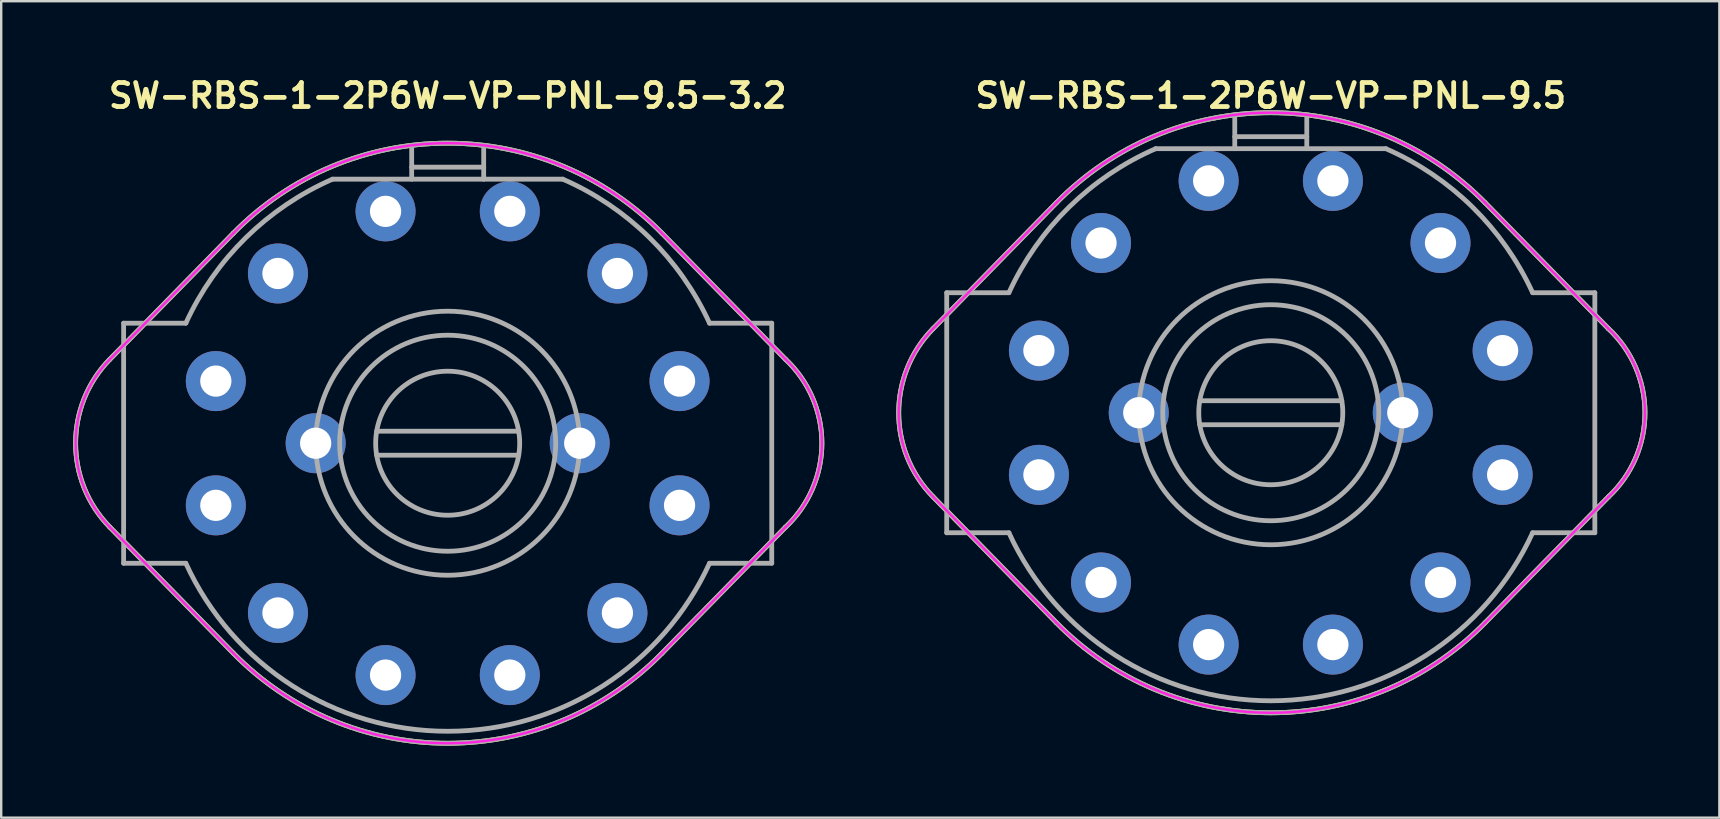
<source format=kicad_pcb>
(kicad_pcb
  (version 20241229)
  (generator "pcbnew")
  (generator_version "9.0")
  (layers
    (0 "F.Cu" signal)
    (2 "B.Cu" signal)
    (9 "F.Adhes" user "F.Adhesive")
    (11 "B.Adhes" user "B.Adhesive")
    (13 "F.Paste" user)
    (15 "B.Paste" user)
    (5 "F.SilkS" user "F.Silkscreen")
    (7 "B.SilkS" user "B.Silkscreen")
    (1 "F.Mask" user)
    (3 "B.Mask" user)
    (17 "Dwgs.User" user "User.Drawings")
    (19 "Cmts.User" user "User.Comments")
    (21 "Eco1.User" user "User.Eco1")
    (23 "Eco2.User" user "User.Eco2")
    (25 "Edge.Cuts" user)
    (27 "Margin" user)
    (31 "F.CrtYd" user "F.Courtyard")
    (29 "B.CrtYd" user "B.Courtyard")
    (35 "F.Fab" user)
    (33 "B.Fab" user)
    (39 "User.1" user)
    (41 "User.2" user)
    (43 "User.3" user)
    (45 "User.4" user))
  (footprint "SW-RBS-1-2P6W-VP-PNL-9.5"
    (layer "F.Cu")
    (at 49.889 14.144)
    (property "Reference" "SW-RBS-1-2P6W-VP-PNL-9.5" (at 0 -13.208 0) (layer "F.SilkS") (effects (font (size 1 1) (thickness 0.2))))
    (attr through_hole)
    (fp_line (start -14.071 -3.499) (end -8.929 -8.748) (stroke (width 0.2) (type solid)) (layer "F.SilkS"))
    (fp_line (start -14.071 3.499) (end -8.929 8.748) (stroke (width 0.2) (type solid)) (layer "F.SilkS"))
    (fp_line (start 8.929 -8.748) (end 14.071 -3.499) (stroke (width 0.2) (type solid)) (layer "F.SilkS"))
    (fp_line (start 8.929 8.748) (end 14.071 3.499) (stroke (width 0.2) (type solid)) (layer "F.SilkS"))
    (fp_arc (start -14.073297 3.497362) (mid -15.499999 -0.001335) (end -14.071428 -3.49927) (stroke (width 0.2) (type solid)) (layer "F.SilkS"))
    (fp_arc (start -8.933244 -8.743404) (mid -0.00334 -12.499998) (end 8.92857 -8.748177) (stroke (width 0.2) (type solid)) (layer "F.SilkS"))
    (fp_arc (start 8.933244 8.743404) (mid 0.00334 12.499998) (end -8.92857 8.748177) (stroke (width 0.2) (type solid)) (layer "F.SilkS"))
    (fp_arc (start 14.069435 -3.501135) (mid 15.588732 -0.001365) (end 14.071428 3.49927) (stroke (width 0.2) (type solid)) (layer "F.SilkS"))
    (fp_circle (center 0 0) (end 4.75 0) (stroke (width 0.4) (type solid)) (fill no) (layer "Eco1.User"))
    (fp_line (start -14.071 -3.499) (end -8.929 -8.748) (stroke (width 0.1) (type solid)) (layer "F.CrtYd"))
    (fp_line (start -14.071 3.499) (end -8.929 8.748) (stroke (width 0.1) (type solid)) (layer "F.CrtYd"))
    (fp_line (start 8.929 -8.748) (end 14.071 -3.499) (stroke (width 0.1) (type solid)) (layer "F.CrtYd"))
    (fp_line (start 8.929 8.748) (end 14.071 3.499) (stroke (width 0.1) (type solid)) (layer "F.CrtYd"))
    (fp_arc (start -14.073297 3.497362) (mid -15.499999 -0.001335) (end -14.071428 -3.49927) (stroke (width 0.1) (type solid)) (layer "F.CrtYd"))
    (fp_arc (start -8.933244 -8.743404) (mid -0.00334 -12.499998) (end 8.92857 -8.748177) (stroke (width 0.1) (type solid)) (layer "F.CrtYd"))
    (fp_arc (start 8.933244 8.743404) (mid 0.00334 12.499998) (end -8.92857 8.748177) (stroke (width 0.1) (type solid)) (layer "F.CrtYd"))
    (fp_arc (start 14.069435 -3.501135) (mid 15.588732 -0.001365) (end 14.071428 3.49927) (stroke (width 0.1) (type solid)) (layer "F.CrtYd"))
    (fp_line (start -14.071 -3.499) (end -8.929 -8.748) (stroke (width 0.2) (type solid)) (layer "F.Fab"))
    (fp_line (start -14.071 3.499) (end -8.929 8.748) (stroke (width 0.2) (type solid)) (layer "F.Fab"))
    (fp_line (start -13.5 -5) (end -13.5 5) (stroke (width 0.2) (type solid)) (layer "F.Fab"))
    (fp_line (start -13.5 -5) (end -10.909 -5) (stroke (width 0.2) (type solid)) (layer "F.Fab"))
    (fp_line (start -13.5 5) (end -10.909 5) (stroke (width 0.2) (type solid)) (layer "F.Fab"))
    (fp_line (start -4.796 -11) (end 4.796 -11) (stroke (width 0.2) (type solid)) (layer "F.Fab"))
    (fp_line (start -2.958 -0.5) (end 2.958 -0.5) (stroke (width 0.2) (type solid)) (layer "F.Fab"))
    (fp_line (start -2.958 0.5) (end 2.958 0.5) (stroke (width 0.2) (type solid)) (layer "F.Fab"))
    (fp_line (start -1.5 -12.41) (end -1.5 -11) (stroke (width 0.2) (type solid)) (layer "F.Fab"))
    (fp_line (start -1.5 -11.5) (end 1.5 -11.5) (stroke (width 0.2) (type solid)) (layer "F.Fab"))
    (fp_line (start 1.5 -12.41) (end 1.5 -11) (stroke (width 0.2) (type solid)) (layer "F.Fab"))
    (fp_line (start 8.929 -8.748) (end 14.071 -3.499) (stroke (width 0.2) (type solid)) (layer "F.Fab"))
    (fp_line (start 8.929 8.748) (end 14.071 3.499) (stroke (width 0.2) (type solid)) (layer "F.Fab"))
    (fp_line (start 10.909 -5) (end 13.5 -5) (stroke (width 0.2) (type solid)) (layer "F.Fab"))
    (fp_line (start 10.909 5) (end 13.5 5) (stroke (width 0.2) (type solid)) (layer "F.Fab"))
    (fp_line (start 13.5 -5) (end 13.5 5) (stroke (width 0.2) (type solid)) (layer "F.Fab"))
    (fp_arc (start -14.073297 3.497362) (mid -15.499999 -0.001335) (end -14.071428 -3.49927) (stroke (width 0.2) (type solid)) (layer "F.Fab"))
    (fp_arc (start -10.908711 -5) (mid -8.405841 -8.563984) (end -4.795831 -10.999999) (stroke (width 0.2) (type solid)) (layer "F.Fab"))
    (fp_arc (start -8.933244 -8.743404) (mid -0.00334 -12.499998) (end 8.92857 -8.748177) (stroke (width 0.2) (type solid)) (layer "F.Fab"))
    (fp_arc (start 4.795832 -10.999998) (mid 8.405841 -8.563983) (end 10.908711 -4.999999) (stroke (width 0.2) (type solid)) (layer "F.Fab"))
    (fp_arc (start 8.933244 8.743404) (mid 0.00334 12.499998) (end -8.92857 8.748177) (stroke (width 0.2) (type solid)) (layer "F.Fab"))
    (fp_arc (start 10.908711 5) (mid 0 11.999999) (end -10.908711 4.999999) (stroke (width 0.2) (type solid)) (layer "F.Fab"))
    (fp_arc (start 14.069435 -3.501135) (mid 15.588732 -0.001365) (end 14.071428 3.49927) (stroke (width 0.2) (type solid)) (layer "F.Fab"))
    (fp_circle (center 0 0) (end 3 0) (stroke (width 0.2) (type solid)) (fill no) (layer "F.Fab"))
    (fp_circle (center 0 0) (end 4.5 0) (stroke (width 0.2) (type solid)) (fill no) (layer "F.Fab"))
    (fp_circle (center 0 0) (end 5.5 0) (stroke (width 0.2) (type solid)) (fill no) (layer "F.Fab"))
    (pad "1-1" thru_hole circle (at -2.588 9.659) (size 2.5 2.5) (drill 1.3) (layers "B.Cu" "B.Mask"))
    (pad "1-2" thru_hole circle (at -7.071 7.071) (size 2.5 2.5) (drill 1.3) (layers "B.Cu" "B.Mask"))
    (pad "1-3" thru_hole circle (at -9.659 2.588) (size 2.5 2.5) (drill 1.3) (layers "B.Cu" "B.Mask"))
    (pad "1-4" thru_hole circle (at -9.659 -2.588) (size 2.5 2.5) (drill 1.3) (layers "B.Cu" "B.Mask"))
    (pad "1-5" thru_hole circle (at -7.071 -7.071) (size 2.5 2.5) (drill 1.3) (layers "B.Cu" "B.Mask"))
    (pad "1-6" thru_hole circle (at -2.588 -9.659) (size 2.5 2.5) (drill 1.3) (layers "B.Cu" "B.Mask"))
    (pad "2-1" thru_hole circle (at 2.588 -9.659) (size 2.5 2.5) (drill 1.3) (layers "B.Cu" "B.Mask"))
    (pad "2-2" thru_hole circle (at 7.071 -7.071) (size 2.5 2.5) (drill 1.3) (layers "B.Cu" "B.Mask"))
    (pad "2-3" thru_hole circle (at 9.659 -2.588) (size 2.5 2.5) (drill 1.3) (layers "B.Cu" "B.Mask"))
    (pad "2-4" thru_hole circle (at 9.659 2.588) (size 2.5 2.5) (drill 1.3) (layers "B.Cu" "B.Mask"))
    (pad "2-5" thru_hole circle (at 7.071 7.071) (size 2.5 2.5) (drill 1.3) (layers "B.Cu" "B.Mask"))
    (pad "2-6" thru_hole circle (at 2.588 9.659) (size 2.5 2.5) (drill 1.3) (layers "B.Cu" "B.Mask"))
    (pad "COM1" thru_hole circle (at -5.5 0) (size 2.5 2.5) (drill 1.3) (layers "B.Cu" "B.Mask"))
    (pad "COM2" thru_hole circle (at 5.5 0) (size 2.5 2.5) (drill 1.3) (layers "B.Cu" "B.Mask")))
  (footprint "SW-RBS-1-2P6W-VP-PNL-9.5-3.2"
    (layer "F.Cu")
    (at 15.6 15.414)
    (property "Reference" "SW-RBS-1-2P6W-VP-PNL-9.5-3.2" (at 0 -14.478 0) (layer "F.SilkS") (effects (font (size 1 1) (thickness 0.2))))
    (attr through_hole)
    (fp_line (start -14.071 -3.499) (end -8.929 -8.748) (stroke (width 0.2) (type solid)) (layer "F.SilkS"))
    (fp_line (start -14.071 3.499) (end -8.929 8.748) (stroke (width 0.2) (type solid)) (layer "F.SilkS"))
    (fp_line (start 8.929 -8.748) (end 14.071 -3.499) (stroke (width 0.2) (type solid)) (layer "F.SilkS"))
    (fp_line (start 8.929 8.748) (end 14.071 3.499) (stroke (width 0.2) (type solid)) (layer "F.SilkS"))
    (fp_arc (start -14.073297 3.497362) (mid -15.499999 -0.001335) (end -14.071428 -3.49927) (stroke (width 0.2) (type solid)) (layer "F.SilkS"))
    (fp_arc (start -8.933244 -8.743404) (mid -0.00334 -12.499998) (end 8.92857 -8.748177) (stroke (width 0.2) (type solid)) (layer "F.SilkS"))
    (fp_arc (start 8.933244 8.743404) (mid 0.00334 12.499998) (end -8.92857 8.748177) (stroke (width 0.2) (type solid)) (layer "F.SilkS"))
    (fp_arc (start 14.069435 -3.501135) (mid 15.588732 -0.001365) (end 14.071428 3.49927) (stroke (width 0.2) (type solid)) (layer "F.SilkS"))
    (fp_circle (center 0 -12) (end 1.6 -12) (stroke (width 0.4) (type solid)) (fill no) (layer "Eco1.User"))
    (fp_circle (center 0 0) (end 4.75 0) (stroke (width 0.4) (type solid)) (fill no) (layer "Eco1.User"))
    (fp_line (start -14.071 -3.499) (end -8.929 -8.748) (stroke (width 0.1) (type solid)) (layer "F.CrtYd"))
    (fp_line (start -14.071 3.499) (end -8.929 8.748) (stroke (width 0.1) (type solid)) (layer "F.CrtYd"))
    (fp_line (start 8.929 -8.748) (end 14.071 -3.499) (stroke (width 0.1) (type solid)) (layer "F.CrtYd"))
    (fp_line (start 8.929 8.748) (end 14.071 3.499) (stroke (width 0.1) (type solid)) (layer "F.CrtYd"))
    (fp_arc (start -14.073297 3.497362) (mid -15.499999 -0.001335) (end -14.071428 -3.49927) (stroke (width 0.1) (type solid)) (layer "F.CrtYd"))
    (fp_arc (start -8.933244 -8.743404) (mid -0.00334 -12.499998) (end 8.92857 -8.748177) (stroke (width 0.1) (type solid)) (layer "F.CrtYd"))
    (fp_arc (start 8.933244 8.743404) (mid 0.00334 12.499998) (end -8.92857 8.748177) (stroke (width 0.1) (type solid)) (layer "F.CrtYd"))
    (fp_arc (start 14.069435 -3.501135) (mid 15.588732 -0.001365) (end 14.071428 3.49927) (stroke (width 0.1) (type solid)) (layer "F.CrtYd"))
    (fp_line (start -14.071 -3.499) (end -8.929 -8.748) (stroke (width 0.2) (type solid)) (layer "F.Fab"))
    (fp_line (start -14.071 3.499) (end -8.929 8.748) (stroke (width 0.2) (type solid)) (layer "F.Fab"))
    (fp_line (start -13.5 -5) (end -13.5 5) (stroke (width 0.2) (type solid)) (layer "F.Fab"))
    (fp_line (start -13.5 -5) (end -10.909 -5) (stroke (width 0.2) (type solid)) (layer "F.Fab"))
    (fp_line (start -13.5 5) (end -10.909 5) (stroke (width 0.2) (type solid)) (layer "F.Fab"))
    (fp_line (start -4.796 -11) (end 4.796 -11) (stroke (width 0.2) (type solid)) (layer "F.Fab"))
    (fp_line (start -2.958 -0.5) (end 2.958 -0.5) (stroke (width 0.2) (type solid)) (layer "F.Fab"))
    (fp_line (start -2.958 0.5) (end 2.958 0.5) (stroke (width 0.2) (type solid)) (layer "F.Fab"))
    (fp_line (start -1.5 -12.41) (end -1.5 -11) (stroke (width 0.2) (type solid)) (layer "F.Fab"))
    (fp_line (start -1.5 -11.5) (end 1.5 -11.5) (stroke (width 0.2) (type solid)) (layer "F.Fab"))
    (fp_line (start 1.5 -12.41) (end 1.5 -11) (stroke (width 0.2) (type solid)) (layer "F.Fab"))
    (fp_line (start 8.929 -8.748) (end 14.071 -3.499) (stroke (width 0.2) (type solid)) (layer "F.Fab"))
    (fp_line (start 8.929 8.748) (end 14.071 3.499) (stroke (width 0.2) (type solid)) (layer "F.Fab"))
    (fp_line (start 10.909 -5) (end 13.5 -5) (stroke (width 0.2) (type solid)) (layer "F.Fab"))
    (fp_line (start 10.909 5) (end 13.5 5) (stroke (width 0.2) (type solid)) (layer "F.Fab"))
    (fp_line (start 13.5 -5) (end 13.5 5) (stroke (width 0.2) (type solid)) (layer "F.Fab"))
    (fp_arc (start -14.073297 3.497362) (mid -15.499999 -0.001335) (end -14.071428 -3.49927) (stroke (width 0.2) (type solid)) (layer "F.Fab"))
    (fp_arc (start -10.908711 -5) (mid -8.405841 -8.563984) (end -4.795831 -10.999999) (stroke (width 0.2) (type solid)) (layer "F.Fab"))
    (fp_arc (start -8.933244 -8.743404) (mid -0.00334 -12.499998) (end 8.92857 -8.748177) (stroke (width 0.2) (type solid)) (layer "F.Fab"))
    (fp_arc (start 4.795832 -10.999998) (mid 8.405841 -8.563983) (end 10.908711 -4.999999) (stroke (width 0.2) (type solid)) (layer "F.Fab"))
    (fp_arc (start 8.933244 8.743404) (mid 0.00334 12.499998) (end -8.92857 8.748177) (stroke (width 0.2) (type solid)) (layer "F.Fab"))
    (fp_arc (start 10.908711 5) (mid 0 11.999999) (end -10.908711 4.999999) (stroke (width 0.2) (type solid)) (layer "F.Fab"))
    (fp_arc (start 14.069435 -3.501135) (mid 15.588732 -0.001365) (end 14.071428 3.49927) (stroke (width 0.2) (type solid)) (layer "F.Fab"))
    (fp_circle (center 0 0) (end 3 0) (stroke (width 0.2) (type solid)) (fill no) (layer "F.Fab"))
    (fp_circle (center 0 0) (end 4.5 0) (stroke (width 0.2) (type solid)) (fill no) (layer "F.Fab"))
    (fp_circle (center 0 0) (end 5.5 0) (stroke (width 0.2) (type solid)) (fill no) (layer "F.Fab"))
    (pad "1-1" thru_hole circle (at -2.588 9.659) (size 2.5 2.5) (drill 1.3) (layers "B.Cu" "B.Mask"))
    (pad "1-2" thru_hole circle (at -7.071 7.071) (size 2.5 2.5) (drill 1.3) (layers "B.Cu" "B.Mask"))
    (pad "1-3" thru_hole circle (at -9.659 2.588) (size 2.5 2.5) (drill 1.3) (layers "B.Cu" "B.Mask"))
    (pad "1-4" thru_hole circle (at -9.659 -2.588) (size 2.5 2.5) (drill 1.3) (layers "B.Cu" "B.Mask"))
    (pad "1-5" thru_hole circle (at -7.071 -7.071) (size 2.5 2.5) (drill 1.3) (layers "B.Cu" "B.Mask"))
    (pad "1-6" thru_hole circle (at -2.588 -9.659) (size 2.5 2.5) (drill 1.3) (layers "B.Cu" "B.Mask"))
    (pad "2-1" thru_hole circle (at 2.588 -9.659) (size 2.5 2.5) (drill 1.3) (layers "B.Cu" "B.Mask"))
    (pad "2-2" thru_hole circle (at 7.071 -7.071) (size 2.5 2.5) (drill 1.3) (layers "B.Cu" "B.Mask"))
    (pad "2-3" thru_hole circle (at 9.659 -2.588) (size 2.5 2.5) (drill 1.3) (layers "B.Cu" "B.Mask"))
    (pad "2-4" thru_hole circle (at 9.659 2.588) (size 2.5 2.5) (drill 1.3) (layers "B.Cu" "B.Mask"))
    (pad "2-5" thru_hole circle (at 7.071 7.071) (size 2.5 2.5) (drill 1.3) (layers "B.Cu" "B.Mask"))
    (pad "2-6" thru_hole circle (at 2.588 9.659) (size 2.5 2.5) (drill 1.3) (layers "B.Cu" "B.Mask"))
    (pad "COM1" thru_hole circle (at -5.5 0) (size 2.5 2.5) (drill 1.3) (layers "B.Cu" "B.Mask"))
    (pad "COM2" thru_hole circle (at 5.5 0) (size 2.5 2.5) (drill 1.3) (layers "B.Cu" "B.Mask")))
  (gr_rect
    (start -3 -3)
    (end 68.577 31.014)
    (stroke (width 0.1) (type default))
    (fill no)
    (layer "Edge.Cuts")))
</source>
